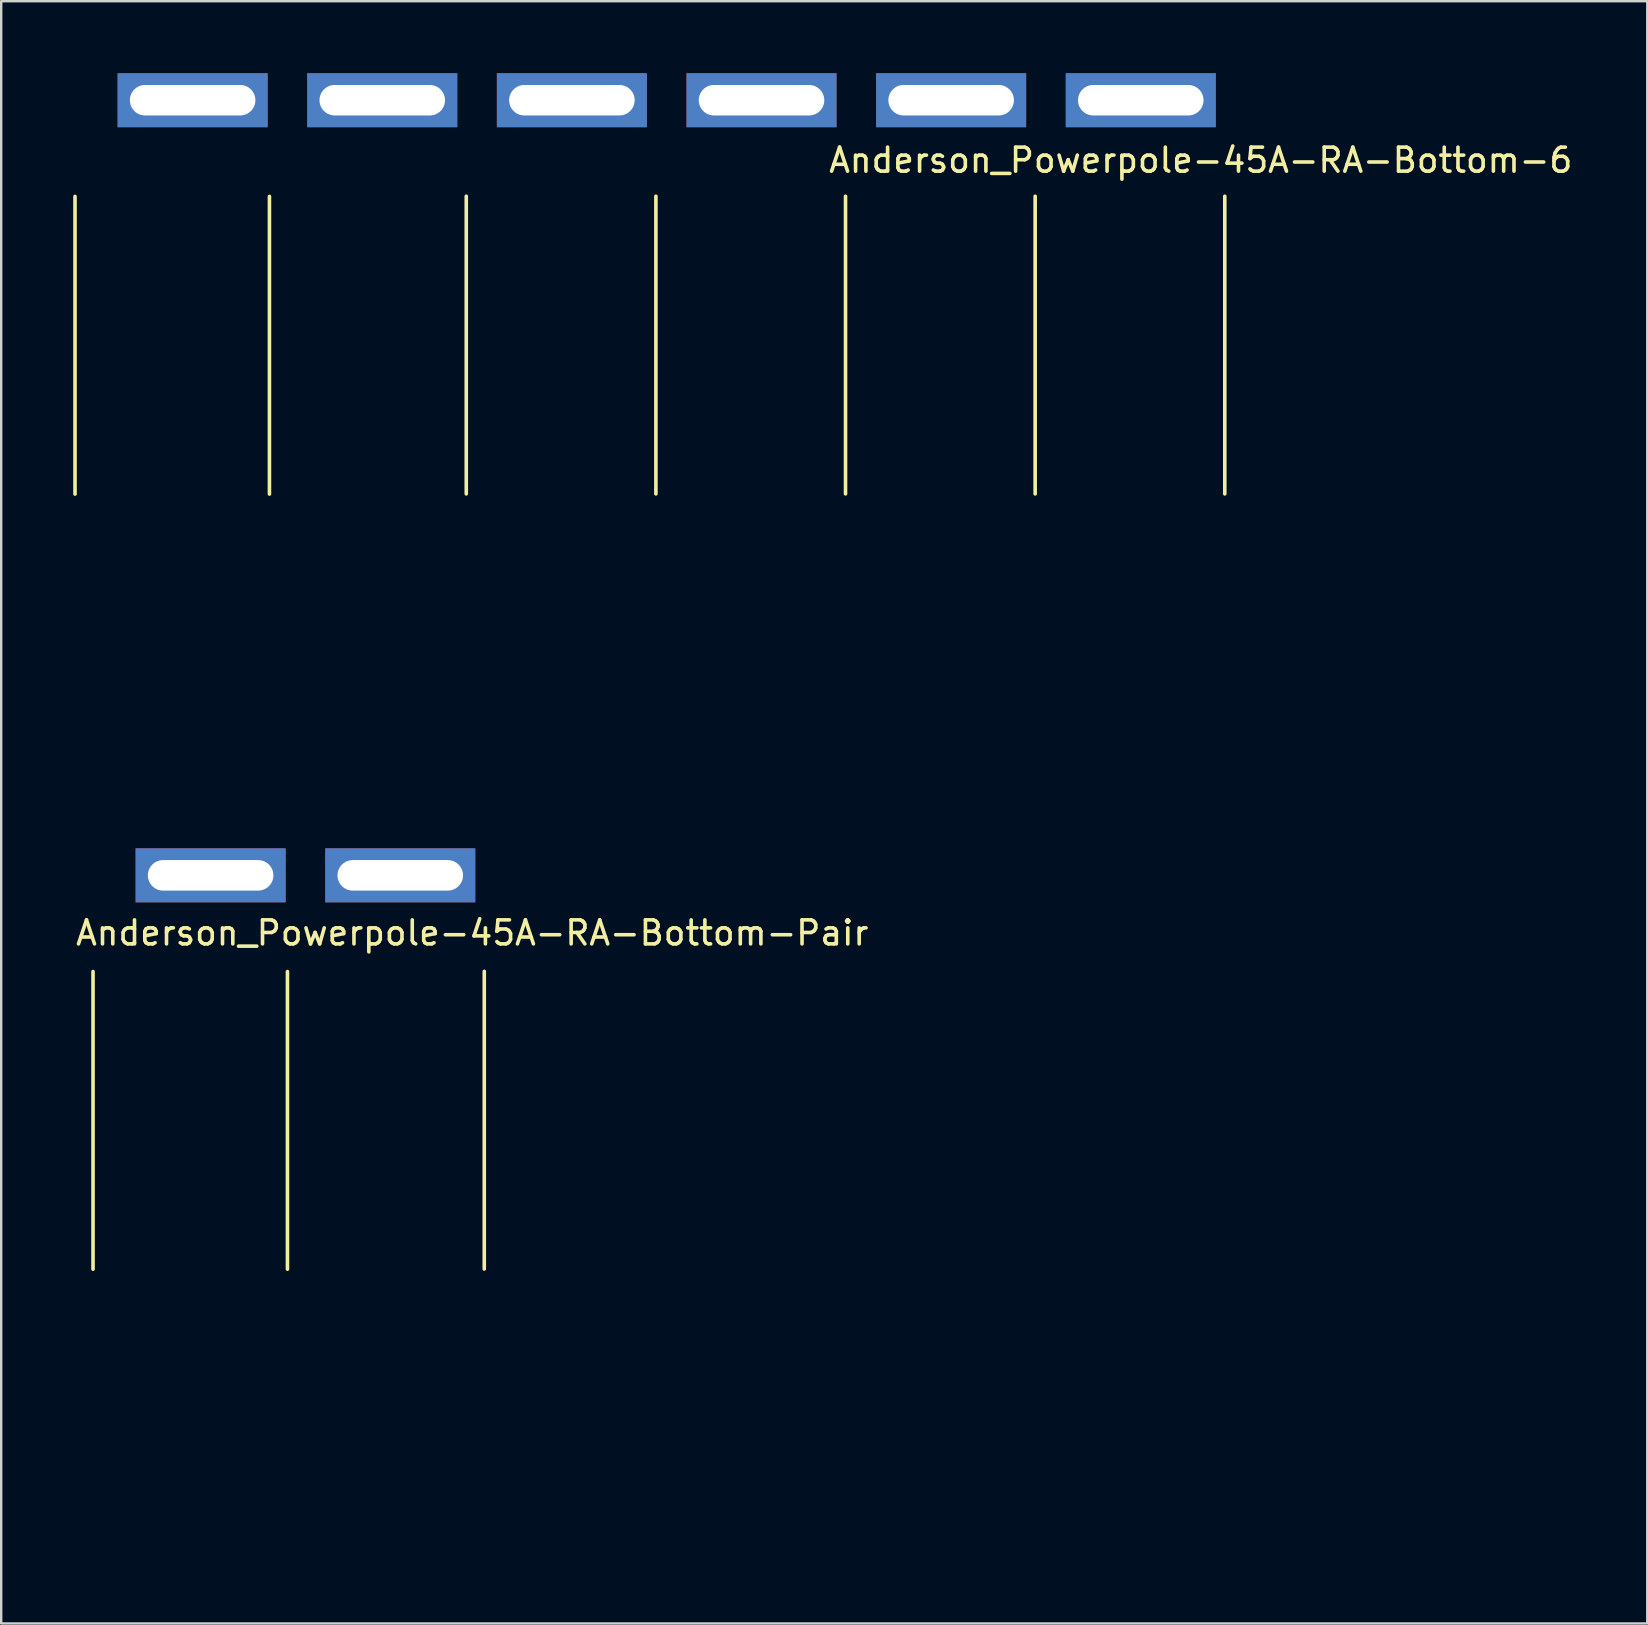
<source format=kicad_pcb>
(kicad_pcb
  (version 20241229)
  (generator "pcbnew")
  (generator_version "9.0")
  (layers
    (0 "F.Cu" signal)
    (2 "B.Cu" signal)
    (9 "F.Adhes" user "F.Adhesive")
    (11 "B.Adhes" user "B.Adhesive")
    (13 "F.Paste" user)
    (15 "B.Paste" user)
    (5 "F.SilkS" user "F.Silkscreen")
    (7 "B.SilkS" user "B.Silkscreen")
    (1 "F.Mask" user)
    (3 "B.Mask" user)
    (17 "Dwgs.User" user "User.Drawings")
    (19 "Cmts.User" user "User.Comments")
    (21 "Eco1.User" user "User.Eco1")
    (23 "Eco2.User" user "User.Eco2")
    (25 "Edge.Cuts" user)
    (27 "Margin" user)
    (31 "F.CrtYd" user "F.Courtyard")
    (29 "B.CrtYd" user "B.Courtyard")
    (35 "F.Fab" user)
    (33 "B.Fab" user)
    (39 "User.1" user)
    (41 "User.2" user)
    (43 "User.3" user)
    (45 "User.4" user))
  (footprint "Anderson_Powerpole-45A-RA-Bottom-6"
    (layer "F.Cu")
    (at 4.975 1.125)
    (property "Reference" "Anderson_Powerpole-45A-RA-Bottom-6" (at 42 2.5 0) (layer "F.SilkS") (effects (font (size 1 1) (thickness 0.15))))
    (attr through_hole)
    (fp_line (start -4.9 4.008) (end -4.9 16.408) (stroke (width 0.15) (type solid)) (layer "F.SilkS"))
    (fp_line (start 3.2 4.008) (end 3.2 16.408) (stroke (width 0.15) (type solid)) (layer "F.SilkS"))
    (fp_line (start 11.4 4) (end 11.4 16.4) (stroke (width 0.15) (type solid)) (layer "F.SilkS"))
    (fp_line (start 19.3 4) (end 19.3 16.4) (stroke (width 0.15) (type solid)) (layer "F.SilkS"))
    (fp_line (start 27.2 4) (end 27.2 16.4) (stroke (width 0.15) (type solid)) (layer "F.SilkS"))
    (fp_line (start 35.1 4) (end 35.1 16.4) (stroke (width 0.15) (type solid)) (layer "F.SilkS"))
    (fp_line (start 43 4) (end 43 16.4) (stroke (width 0.15) (type solid)) (layer "F.SilkS"))
    (fp_line (start 0 0) (end 0 26.592) (stroke (width 0.15) (type solid)) (layer "Eco1.User"))
    (fp_line (start 0.25 26.592) (end -0.25 26.592) (stroke (width 0.15) (type solid)) (layer "Eco1.User"))
    (fp_line (start 7.9 0) (end 7.9 26.592) (stroke (width 0.15) (type solid)) (layer "Eco1.User"))
    (fp_line (start 8.15 26.592) (end 7.65 26.592) (stroke (width 0.15) (type solid)) (layer "Eco1.User"))
    (fp_line (start 15.8 0) (end 15.8 26.592) (stroke (width 0.15) (type solid)) (layer "Eco1.User"))
    (fp_line (start 16.05 26.592) (end 15.55 26.592) (stroke (width 0.15) (type solid)) (layer "Eco1.User"))
    (fp_line (start 23.7 0) (end 23.7 26.592) (stroke (width 0.15) (type solid)) (layer "Eco1.User"))
    (fp_line (start 23.95 26.592) (end 23.45 26.592) (stroke (width 0.15) (type solid)) (layer "Eco1.User"))
    (fp_line (start 31.6 0) (end 31.6 26.592) (stroke (width 0.15) (type solid)) (layer "Eco1.User"))
    (fp_line (start 31.85 26.592) (end 31.35 26.592) (stroke (width 0.15) (type solid)) (layer "Eco1.User"))
    (fp_line (start 39.5 0) (end 39.5 26.592) (stroke (width 0.15) (type solid)) (layer "Eco1.User"))
    (fp_line (start 39.75 26.592) (end 39.25 26.592) (stroke (width 0.15) (type solid)) (layer "Eco1.User"))
    (fp_line (start -4.2 3.492) (end 4.2 3.492) (stroke (width 0.15) (type solid)) (layer "Eco2.User"))
    (fp_line (start -4.1 16.892) (end -4.2 3.492) (stroke (width 0.15) (type solid)) (layer "Eco2.User"))
    (fp_line (start -3.95 28.092) (end -4.1 19.492) (stroke (width 0.15) (type solid)) (layer "Eco2.User"))
    (fp_line (start 3.7 3.492) (end 12.1 3.492) (stroke (width 0.15) (type solid)) (layer "Eco2.User"))
    (fp_line (start 3.8 16.892) (end 3.7 3.492) (stroke (width 0.15) (type solid)) (layer "Eco2.User"))
    (fp_line (start 3.95 28.092) (end -3.95 28.092) (stroke (width 0.15) (type solid)) (layer "Eco2.User"))
    (fp_line (start 3.95 28.092) (end 3.8 19.492) (stroke (width 0.15) (type solid)) (layer "Eco2.User"))
    (fp_line (start 3.95 28.092) (end 4.1 19.492) (stroke (width 0.15) (type solid)) (layer "Eco2.User"))
    (fp_line (start 4.1 16.892) (end 4.2 3.492) (stroke (width 0.15) (type solid)) (layer "Eco2.User"))
    (fp_line (start 11.6 3.492) (end 20 3.492) (stroke (width 0.15) (type solid)) (layer "Eco2.User"))
    (fp_line (start 11.7 16.892) (end 11.6 3.492) (stroke (width 0.15) (type solid)) (layer "Eco2.User"))
    (fp_line (start 11.85 28.092) (end 3.95 28.092) (stroke (width 0.15) (type solid)) (layer "Eco2.User"))
    (fp_line (start 11.85 28.092) (end 11.7 19.492) (stroke (width 0.15) (type solid)) (layer "Eco2.User"))
    (fp_line (start 11.85 28.092) (end 12 19.492) (stroke (width 0.15) (type solid)) (layer "Eco2.User"))
    (fp_line (start 12 16.892) (end 12.1 3.492) (stroke (width 0.15) (type solid)) (layer "Eco2.User"))
    (fp_line (start 19.5 3.492) (end 27.9 3.492) (stroke (width 0.15) (type solid)) (layer "Eco2.User"))
    (fp_line (start 19.6 16.892) (end 19.5 3.492) (stroke (width 0.15) (type solid)) (layer "Eco2.User"))
    (fp_line (start 19.75 28.092) (end 11.85 28.092) (stroke (width 0.15) (type solid)) (layer "Eco2.User"))
    (fp_line (start 19.75 28.092) (end 19.6 19.492) (stroke (width 0.15) (type solid)) (layer "Eco2.User"))
    (fp_line (start 19.75 28.092) (end 19.9 19.492) (stroke (width 0.15) (type solid)) (layer "Eco2.User"))
    (fp_line (start 19.9 16.892) (end 20 3.492) (stroke (width 0.15) (type solid)) (layer "Eco2.User"))
    (fp_line (start 27.4 3.492) (end 35.8 3.492) (stroke (width 0.15) (type solid)) (layer "Eco2.User"))
    (fp_line (start 27.5 16.892) (end 27.4 3.492) (stroke (width 0.15) (type solid)) (layer "Eco2.User"))
    (fp_line (start 27.65 28.092) (end 19.75 28.092) (stroke (width 0.15) (type solid)) (layer "Eco2.User"))
    (fp_line (start 27.65 28.092) (end 27.5 19.492) (stroke (width 0.15) (type solid)) (layer "Eco2.User"))
    (fp_line (start 27.65 28.092) (end 27.8 19.492) (stroke (width 0.15) (type solid)) (layer "Eco2.User"))
    (fp_line (start 27.8 16.892) (end 27.9 3.492) (stroke (width 0.15) (type solid)) (layer "Eco2.User"))
    (fp_line (start 35.3 3.492) (end 43.7 3.492) (stroke (width 0.15) (type solid)) (layer "Eco2.User"))
    (fp_line (start 35.4 16.892) (end 35.3 3.492) (stroke (width 0.15) (type solid)) (layer "Eco2.User"))
    (fp_line (start 35.55 28.092) (end 27.65 28.092) (stroke (width 0.15) (type solid)) (layer "Eco2.User"))
    (fp_line (start 35.55 28.092) (end 35.4 19.492) (stroke (width 0.15) (type solid)) (layer "Eco2.User"))
    (fp_line (start 35.55 28.092) (end 35.7 19.492) (stroke (width 0.15) (type solid)) (layer "Eco2.User"))
    (fp_line (start 35.7 16.892) (end 35.8 3.492) (stroke (width 0.15) (type solid)) (layer "Eco2.User"))
    (fp_line (start 43.45 28.092) (end 35.55 28.092) (stroke (width 0.15) (type solid)) (layer "Eco2.User"))
    (fp_line (start 43.45 28.092) (end 43.6 19.492) (stroke (width 0.15) (type solid)) (layer "Eco2.User"))
    (fp_line (start 43.6 16.892) (end 43.7 3.492) (stroke (width 0.15) (type solid)) (layer "Eco2.User"))
    (fp_arc (start -4.1 16.892) (mid -3.180761 17.272761) (end -2.8 18.192) (stroke (width 0.15) (type solid)) (layer "Eco2.User"))
    (fp_arc (start -2.8 18.192) (mid -3.180761 19.111239) (end -4.1 19.492) (stroke (width 0.15) (type solid)) (layer "Eco2.User"))
    (fp_arc (start 2.8 18.192) (mid 3.180761 17.272761) (end 4.1 16.892) (stroke (width 0.15) (type solid)) (layer "Eco2.User"))
    (fp_arc (start 3.8 16.892) (mid 4.719239 17.272761) (end 5.1 18.192) (stroke (width 0.15) (type solid)) (layer "Eco2.User"))
    (fp_arc (start 4.1 19.492) (mid 3.180761 19.111239) (end 2.8 18.192) (stroke (width 0.15) (type solid)) (layer "Eco2.User"))
    (fp_arc (start 5.1 18.192) (mid 4.719239 19.111239) (end 3.8 19.492) (stroke (width 0.15) (type solid)) (layer "Eco2.User"))
    (fp_arc (start 10.7 18.192) (mid 11.080761 17.272761) (end 12 16.892) (stroke (width 0.15) (type solid)) (layer "Eco2.User"))
    (fp_arc (start 11.7 16.892) (mid 12.619239 17.272761) (end 13 18.192) (stroke (width 0.15) (type solid)) (layer "Eco2.User"))
    (fp_arc (start 12 19.492) (mid 11.080761 19.111239) (end 10.7 18.192) (stroke (width 0.15) (type solid)) (layer "Eco2.User"))
    (fp_arc (start 13 18.192) (mid 12.619239 19.111239) (end 11.7 19.492) (stroke (width 0.15) (type solid)) (layer "Eco2.User"))
    (fp_arc (start 18.6 18.192) (mid 18.980761 17.272761) (end 19.9 16.892) (stroke (width 0.15) (type solid)) (layer "Eco2.User"))
    (fp_arc (start 19.6 16.892) (mid 20.519239 17.272761) (end 20.9 18.192) (stroke (width 0.15) (type solid)) (layer "Eco2.User"))
    (fp_arc (start 19.9 19.492) (mid 18.980761 19.111239) (end 18.6 18.192) (stroke (width 0.15) (type solid)) (layer "Eco2.User"))
    (fp_arc (start 20.9 18.192) (mid 20.519239 19.111239) (end 19.6 19.492) (stroke (width 0.15) (type solid)) (layer "Eco2.User"))
    (fp_arc (start 26.5 18.192) (mid 26.880761 17.272761) (end 27.8 16.892) (stroke (width 0.15) (type solid)) (layer "Eco2.User"))
    (fp_arc (start 27.5 16.892) (mid 28.419239 17.272761) (end 28.8 18.192) (stroke (width 0.15) (type solid)) (layer "Eco2.User"))
    (fp_arc (start 27.8 19.492) (mid 26.880761 19.111239) (end 26.5 18.192) (stroke (width 0.15) (type solid)) (layer "Eco2.User"))
    (fp_arc (start 28.8 18.192) (mid 28.419239 19.111239) (end 27.5 19.492) (stroke (width 0.15) (type solid)) (layer "Eco2.User"))
    (fp_arc (start 34.4 18.192) (mid 34.780761 17.272761) (end 35.7 16.892) (stroke (width 0.15) (type solid)) (layer "Eco2.User"))
    (fp_arc (start 35.4 16.892) (mid 36.319239 17.272761) (end 36.7 18.192) (stroke (width 0.15) (type solid)) (layer "Eco2.User"))
    (fp_arc (start 35.7 19.492) (mid 34.780761 19.111239) (end 34.4 18.192) (stroke (width 0.15) (type solid)) (layer "Eco2.User"))
    (fp_arc (start 36.7 18.192) (mid 36.319239 19.111239) (end 35.4 19.492) (stroke (width 0.15) (type solid)) (layer "Eco2.User"))
    (fp_arc (start 42.3 18.192) (mid 42.680761 17.272761) (end 43.6 16.892) (stroke (width 0.15) (type solid)) (layer "Eco2.User"))
    (fp_arc (start 43.6 19.492) (mid 42.680761 19.111239) (end 42.3 18.192) (stroke (width 0.15) (type solid)) (layer "Eco2.User"))
    (pad "1" thru_hole rect (at 0 0) (size 6.25 2.25) (drill oval 5.23 1.27) (layers "*.Cu" "*.Mask"))
    (pad "2" thru_hole rect (at 7.9 0) (size 6.25 2.25) (drill oval 5.23 1.27) (layers "*.Cu" "*.Mask"))
    (pad "3" thru_hole rect (at 15.8 0) (size 6.25 2.25) (drill oval 5.23 1.27) (layers "*.Cu" "*.Mask"))
    (pad "4" thru_hole rect (at 23.7 0) (size 6.25 2.25) (drill oval 5.23 1.27) (layers "*.Cu" "*.Mask"))
    (pad "5" thru_hole rect (at 31.6 0) (size 6.25 2.25) (drill oval 5.23 1.27) (layers "*.Cu" "*.Mask"))
    (pad "6" thru_hole rect (at 39.5 0) (size 6.25 2.25) (drill oval 5.23 1.27) (layers "*.Cu" "*.Mask")))
  (footprint "Anderson_Powerpole-45A-RA-Bottom-Pair"
    (layer "F.Cu")
    (at 5.725 33.417)
    (property "Reference" "Anderson_Powerpole-45A-RA-Bottom-Pair" (at 10.9 2.4 0) (layer "F.SilkS") (effects (font (size 1 1) (thickness 0.15))))
    (attr through_hole)
    (fp_line (start -4.9 4.008) (end -4.9 16.408) (stroke (width 0.15) (type solid)) (layer "F.SilkS"))
    (fp_line (start 3.2 4.008) (end 3.2 16.408) (stroke (width 0.15) (type solid)) (layer "F.SilkS"))
    (fp_line (start 11.4 4) (end 11.4 16.4) (stroke (width 0.15) (type solid)) (layer "F.SilkS"))
    (fp_line (start 0 0.1) (end 0 26.592) (stroke (width 0.15) (type solid)) (layer "Eco1.User"))
    (fp_line (start 0.25 26.592) (end -0.25 26.592) (stroke (width 0.15) (type solid)) (layer "Eco1.User"))
    (fp_line (start 7.9 0.1) (end 7.9 26.592) (stroke (width 0.15) (type solid)) (layer "Eco1.User"))
    (fp_line (start 8.15 26.592) (end 7.65 26.592) (stroke (width 0.15) (type solid)) (layer "Eco1.User"))
    (fp_line (start -4.2 3.492) (end 4.2 3.492) (stroke (width 0.15) (type solid)) (layer "Eco2.User"))
    (fp_line (start -4.1 16.892) (end -4.2 3.492) (stroke (width 0.15) (type solid)) (layer "Eco2.User"))
    (fp_line (start -3.95 28.092) (end -4.1 19.492) (stroke (width 0.15) (type solid)) (layer "Eco2.User"))
    (fp_line (start 3.7 3.492) (end 12.1 3.492) (stroke (width 0.15) (type solid)) (layer "Eco2.User"))
    (fp_line (start 3.8 16.892) (end 3.7 3.492) (stroke (width 0.15) (type solid)) (layer "Eco2.User"))
    (fp_line (start 3.95 28.092) (end -3.95 28.092) (stroke (width 0.15) (type solid)) (layer "Eco2.User"))
    (fp_line (start 3.95 28.092) (end 3.8 19.492) (stroke (width 0.15) (type solid)) (layer "Eco2.User"))
    (fp_line (start 3.95 28.092) (end 4.1 19.492) (stroke (width 0.15) (type solid)) (layer "Eco2.User"))
    (fp_line (start 4.1 16.892) (end 4.2 3.492) (stroke (width 0.15) (type solid)) (layer "Eco2.User"))
    (fp_line (start 11.85 28.092) (end 3.95 28.092) (stroke (width 0.15) (type solid)) (layer "Eco2.User"))
    (fp_line (start 11.85 28.092) (end 12 19.492) (stroke (width 0.15) (type solid)) (layer "Eco2.User"))
    (fp_line (start 12 16.892) (end 12.1 3.492) (stroke (width 0.15) (type solid)) (layer "Eco2.User"))
    (fp_arc (start -4.1 16.892) (mid -3.180761 17.272761) (end -2.8 18.192) (stroke (width 0.15) (type solid)) (layer "Eco2.User"))
    (fp_arc (start -2.8 18.192) (mid -3.180761 19.111239) (end -4.1 19.492) (stroke (width 0.15) (type solid)) (layer "Eco2.User"))
    (fp_arc (start 2.8 18.192) (mid 3.180761 17.272761) (end 4.1 16.892) (stroke (width 0.15) (type solid)) (layer "Eco2.User"))
    (fp_arc (start 3.8 16.892) (mid 4.719239 17.272761) (end 5.1 18.192) (stroke (width 0.15) (type solid)) (layer "Eco2.User"))
    (fp_arc (start 4.1 19.492) (mid 3.180761 19.111239) (end 2.8 18.192) (stroke (width 0.15) (type solid)) (layer "Eco2.User"))
    (fp_arc (start 5.1 18.192) (mid 4.719239 19.111239) (end 3.8 19.492) (stroke (width 0.15) (type solid)) (layer "Eco2.User"))
    (fp_arc (start 10.7 18.192) (mid 11.080761 17.272761) (end 12 16.892) (stroke (width 0.15) (type solid)) (layer "Eco2.User"))
    (fp_arc (start 12 19.492) (mid 11.080761 19.111239) (end 10.7 18.192) (stroke (width 0.15) (type solid)) (layer "Eco2.User"))
    (fp_text user "Positive" (at 6.8 11.2 90) (layer "Eco2.User") (effects (font (size 1 1) (thickness 0.15))))
    (fp_text user "Negative" (at 1.3 11 90) (layer "Eco2.User") (effects (font (size 1 1) (thickness 0.15))))
    (pad "1" thru_hole rect (at 7.9 0) (size 6.25 2.25) (drill oval 5.23 1.27) (layers "*.Cu" "*.Mask"))
    (pad "2" thru_hole rect (at 0 0) (size 6.25 2.25) (drill oval 5.23 1.27) (layers "*.Cu" "*.Mask")))
  (gr_rect
    (start -3 -3)
    (end 65.576 64.584)
    (stroke (width 0.1) (type default))
    (fill no)
    (layer "Edge.Cuts")))
</source>
